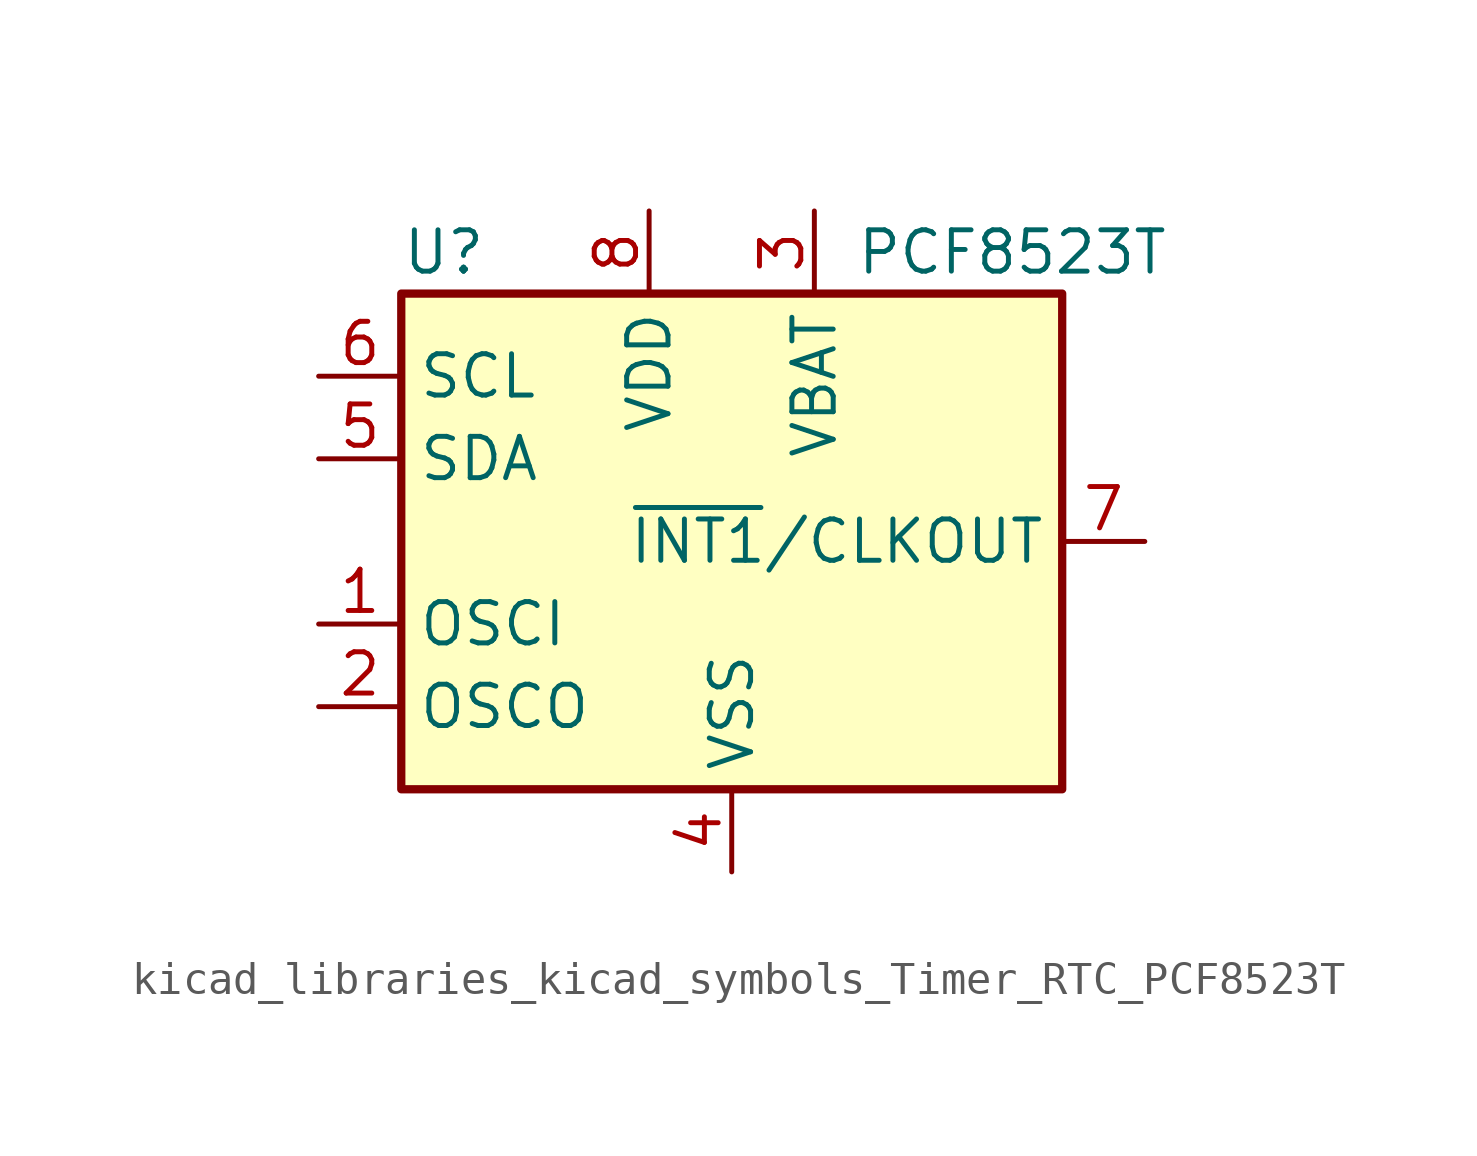
<source format=kicad_sym>
(kicad_symbol_lib
  (version 20220914)
  (generator kicad_symbol_editor)
  (symbol "kicad_libraries_kicad_symbols_Timer_RTC_PCF8523T"
    (property "Reference" "U"
      (at -10.16 8.89 0)
      (effects (font (size 1.27 1.27)) (justify left)))
    (property "Value" "PCF8523T"
      (at 3.81 8.89 0)
      (effects (font (size 1.27 1.27)) (justify left)))
    (symbol "kicad_libraries_kicad_symbols_Timer_RTC_PCF8523T_0_1"
      (rectangle (start -10.16 7.62) (end 10.16 -7.62) (stroke (width 0.254) (type default)) (fill (type background))))
    (symbol "kicad_libraries_kicad_symbols_Timer_RTC_PCF8523T_1_1"
      (pin input line (at -12.7 -2.54 0) (length 2.54) (name "OSCI" (effects (font (size 1.27 1.27)))) (number "1" (effects (font (size 1.27 1.27)))))
      (pin output line (at -12.7 -5.08 0) (length 2.54) (name "OSCO" (effects (font (size 1.27 1.27)))) (number "2" (effects (font (size 1.27 1.27)))))
      (pin power_in line (at 2.54 10.16 270) (length 2.54) (name "VBAT" (effects (font (size 1.27 1.27)))) (number "3" (effects (font (size 1.27 1.27)))))
      (pin power_in line (at 0 -10.16 90) (length 2.54) (name "VSS" (effects (font (size 1.27 1.27)))) (number "4" (effects (font (size 1.27 1.27)))))
      (pin bidirectional line (at -12.7 2.54 0) (length 2.54) (name "SDA" (effects (font (size 1.27 1.27)))) (number "5" (effects (font (size 1.27 1.27)))))
      (pin input line (at -12.7 5.08 0) (length 2.54) (name "SCL" (effects (font (size 1.27 1.27)))) (number "6" (effects (font (size 1.27 1.27)))))
      (pin open_collector line (at 12.7 0 180) (length 2.54) (name "~{INT1}/CLKOUT" (effects (font (size 1.27 1.27)))) (number "7" (effects (font (size 1.27 1.27)))))
      (pin power_in line (at -2.54 10.16 270) (length 2.54) (name "VDD" (effects (font (size 1.27 1.27)))) (number "8" (effects (font (size 1.27 1.27))))))))
</source>
